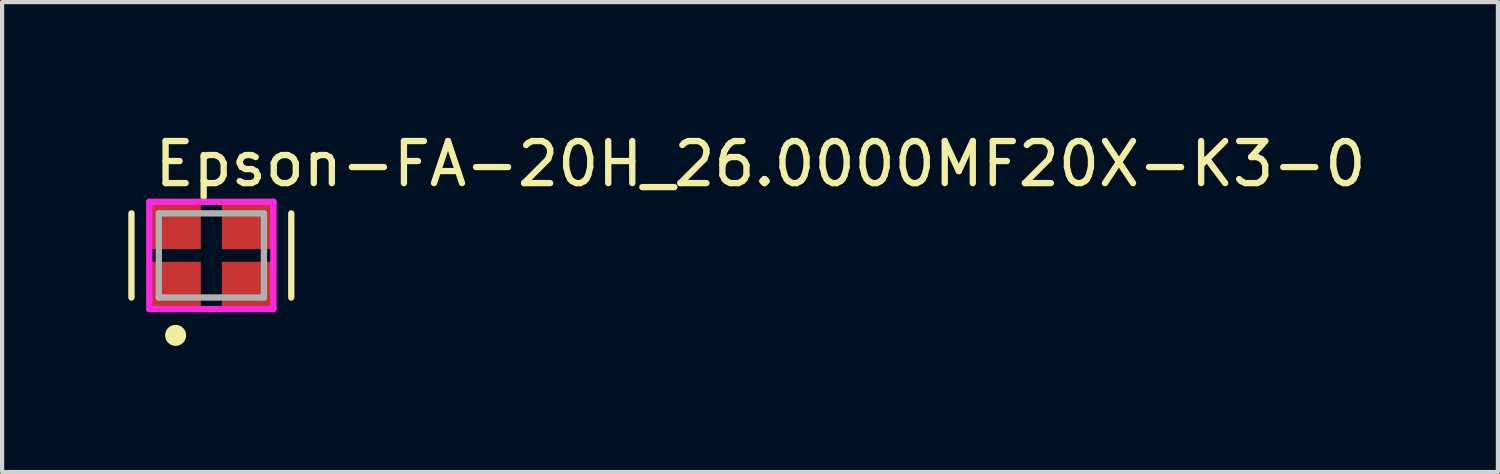
<source format=kicad_pcb>
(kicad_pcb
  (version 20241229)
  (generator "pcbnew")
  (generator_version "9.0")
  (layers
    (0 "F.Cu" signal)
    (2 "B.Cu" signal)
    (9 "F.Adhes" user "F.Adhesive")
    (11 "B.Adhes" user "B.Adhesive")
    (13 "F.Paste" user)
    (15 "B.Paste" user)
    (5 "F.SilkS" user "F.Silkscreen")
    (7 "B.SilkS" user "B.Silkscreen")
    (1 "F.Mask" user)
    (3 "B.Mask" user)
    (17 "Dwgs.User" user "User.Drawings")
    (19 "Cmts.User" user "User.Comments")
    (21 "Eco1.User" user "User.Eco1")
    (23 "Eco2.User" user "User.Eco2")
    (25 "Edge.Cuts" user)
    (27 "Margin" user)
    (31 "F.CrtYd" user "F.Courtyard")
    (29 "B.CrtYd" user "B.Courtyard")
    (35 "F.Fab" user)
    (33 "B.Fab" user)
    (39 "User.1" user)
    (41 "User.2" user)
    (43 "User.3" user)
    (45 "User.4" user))
  (footprint "Epson-FA-20H_26.0000MF20X-K3-0"
    (layer "F.Cu")
    (at 1.975 3.023)
    (property "Reference" "Epson-FA-20H_26.0000MF20X-K3-0" (at -1.425 -2.175 0) (layer "F.SilkS") (effects (font (size 1 1) (thickness 0.15)) (justify left)))
    (attr through_hole)
    (fp_line (start -1.9 1) (end -1.9 -1) (stroke (width 0.15) (type solid)) (layer "F.SilkS"))
    (fp_line (start 1.9 -1) (end 1.9 1) (stroke (width 0.15) (type solid)) (layer "F.SilkS"))
    (fp_circle (center -0.85 1.9) (end -0.725 1.9) (stroke (width 0.25) (type solid)) (fill no) (layer "F.SilkS"))
    (fp_line (start -1.475 -1.275) (end -1.475 1.275) (stroke (width 0.15) (type solid)) (layer "F.CrtYd"))
    (fp_line (start -1.475 1.275) (end 1.475 1.275) (stroke (width 0.15) (type solid)) (layer "F.CrtYd"))
    (fp_line (start 1.475 -1.275) (end -1.475 -1.275) (stroke (width 0.15) (type solid)) (layer "F.CrtYd"))
    (fp_line (start 1.475 -1.275) (end 1.475 -1.275) (stroke (width 0.15) (type solid)) (layer "F.CrtYd"))
    (fp_line (start 1.475 1.275) (end 1.475 -1.275) (stroke (width 0.15) (type solid)) (layer "F.CrtYd"))
    (fp_line (start -1.25 -1) (end 1.25 -1) (stroke (width 0.15) (type solid)) (layer "F.Fab"))
    (fp_line (start -1.25 1) (end -1.25 -1) (stroke (width 0.15) (type solid)) (layer "F.Fab"))
    (fp_line (start 1.25 -1) (end 1.25 1) (stroke (width 0.15) (type solid)) (layer "F.Fab"))
    (fp_line (start 1.25 1) (end -1.25 1) (stroke (width 0.15) (type solid)) (layer "F.Fab"))
    (pad "1" smd rect (at -0.85 0.7) (size 1.2 1.1) (layers "F.Cu" "F.Mask" "F.Paste"))
    (pad "2" smd rect (at 0.85 0.7) (size 1.2 1.1) (layers "F.Cu" "F.Mask" "F.Paste"))
    (pad "3" smd rect (at 0.85 -0.7) (size 1.2 1.1) (layers "F.Cu" "F.Mask" "F.Paste"))
    (pad "4" smd rect (at -0.85 -0.7) (size 1.2 1.1) (layers "F.Cu" "F.Mask" "F.Paste")))
  (gr_rect
    (start -3 -3)
    (end 32.562 8.173)
    (stroke (width 0.1) (type default))
    (fill no)
    (layer "Edge.Cuts")))
</source>
